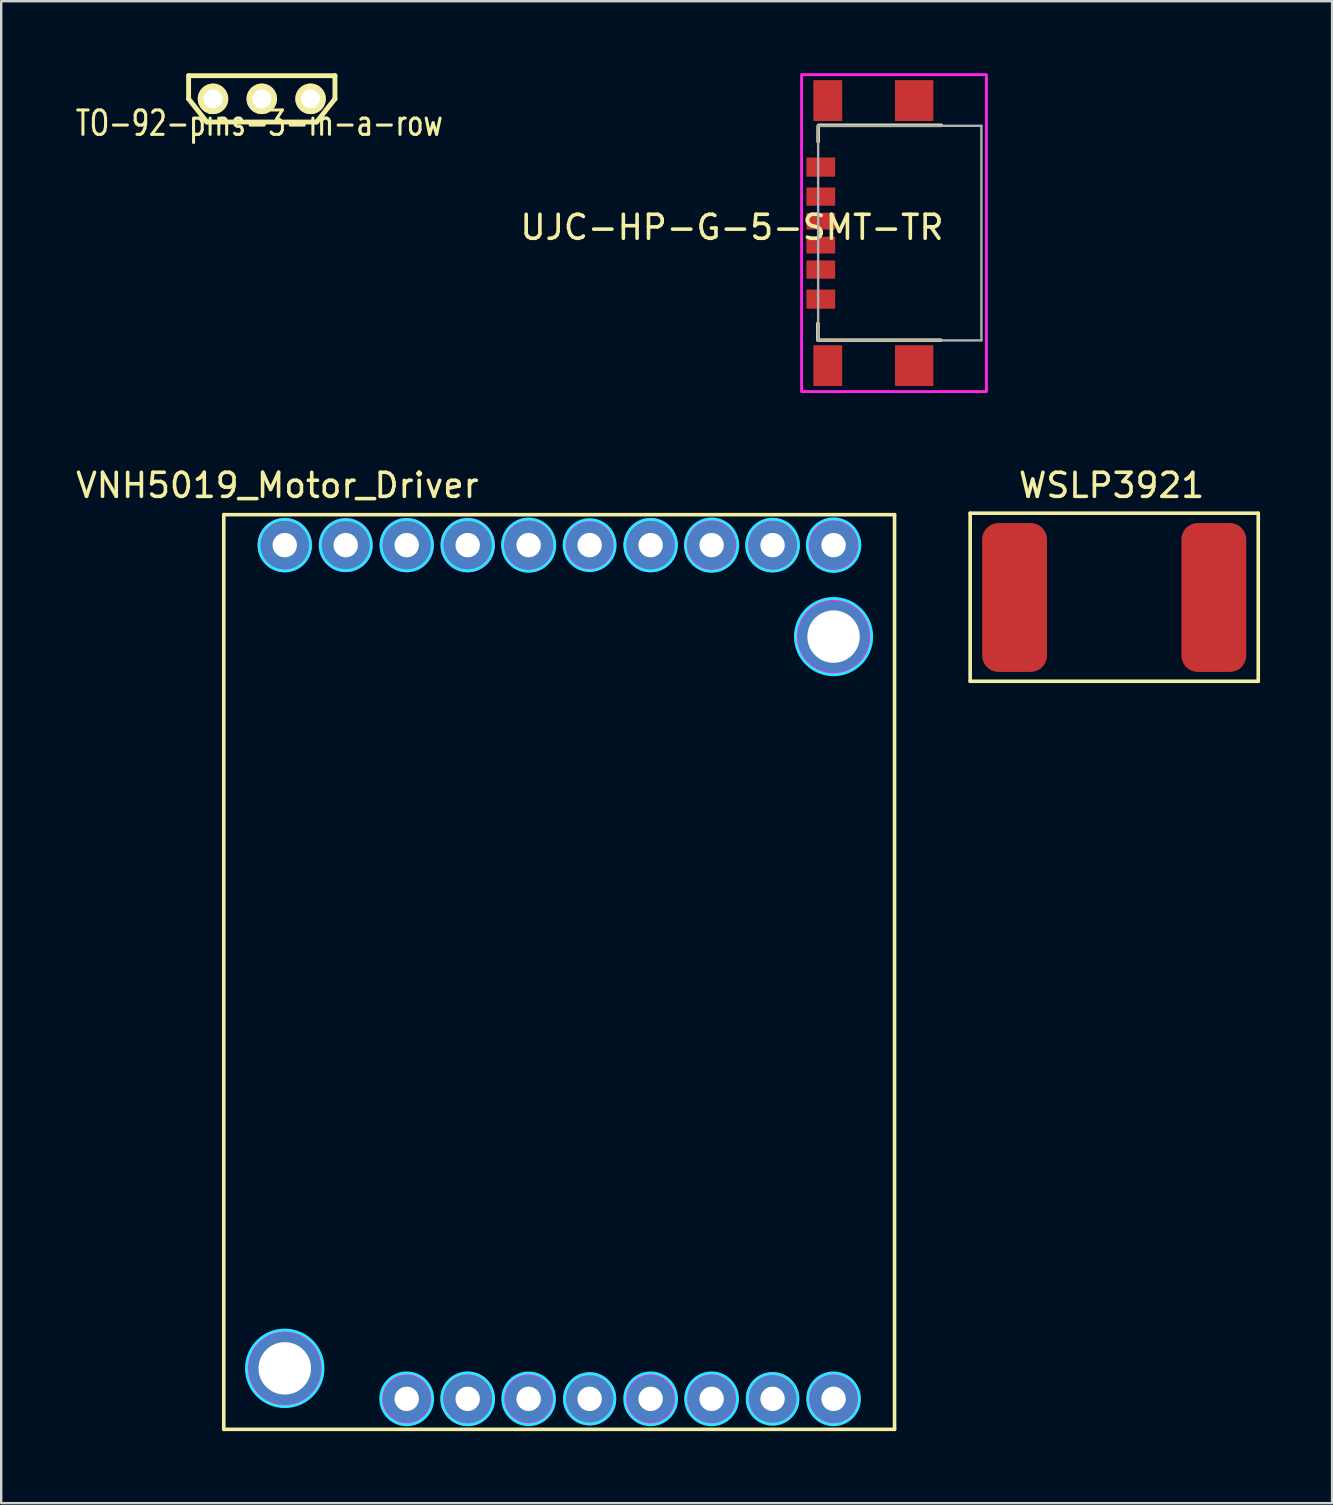
<source format=kicad_pcb>
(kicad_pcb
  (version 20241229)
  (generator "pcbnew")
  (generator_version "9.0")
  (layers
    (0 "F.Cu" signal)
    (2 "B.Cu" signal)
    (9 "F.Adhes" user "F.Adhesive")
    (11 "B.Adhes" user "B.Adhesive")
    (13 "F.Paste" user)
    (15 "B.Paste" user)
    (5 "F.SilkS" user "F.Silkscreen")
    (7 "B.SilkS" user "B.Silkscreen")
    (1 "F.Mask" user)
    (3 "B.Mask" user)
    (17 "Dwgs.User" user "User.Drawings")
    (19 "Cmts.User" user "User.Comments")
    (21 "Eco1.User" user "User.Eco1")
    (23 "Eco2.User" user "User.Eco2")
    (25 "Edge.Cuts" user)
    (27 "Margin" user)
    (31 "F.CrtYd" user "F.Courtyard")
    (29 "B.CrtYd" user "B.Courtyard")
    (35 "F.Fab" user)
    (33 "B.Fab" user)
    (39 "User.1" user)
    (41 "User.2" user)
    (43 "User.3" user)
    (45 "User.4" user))
  (footprint "UJC-HP-G-5-SMT-TR"
    (layer "F.Cu")
    (at 31.029 6.66)
    (property "Reference" "UJC-HP-G-5-SMT-TR" (at -3.59 -0.24 0) (unlocked yes) (layer "F.SilkS") (effects (font (size 1 1) (thickness 0.15))))
    (attr smd)
    (fp_rect (start -0.01 3.76) (end -0.01 4.46) (stroke (width 0.15) (type solid)) (fill no) (layer "F.SilkS"))
    (fp_rect (start 0 -3.81) (end 0 -4.46) (stroke (width 0.15) (type solid)) (fill no) (layer "F.SilkS"))
    (fp_rect (start 0.02 4.46) (end 5.11 4.46) (stroke (width 0.15) (type solid)) (fill no) (layer "F.SilkS"))
    (fp_rect (start 0.03 -4.49) (end 5.13 -4.49) (stroke (width 0.15) (type solid)) (fill no) (layer "F.SilkS"))
    (fp_rect (start -0.69 -6.6) (end 7.01 6.6) (stroke (width 0.12) (type solid)) (fill no) (layer "F.CrtYd"))
    (fp_line (start 0 -4.47) (end 0 4.47) (stroke (width 0.1) (type solid)) (layer "F.Fab"))
    (fp_line (start 0 4.47) (end 6.8 4.47) (stroke (width 0.1) (type solid)) (layer "F.Fab"))
    (fp_line (start 6.8 -4.47) (end 0 -4.47) (stroke (width 0.1) (type solid)) (layer "F.Fab"))
    (fp_line (start 6.8 -4.47) (end 6.8 4.47) (stroke (width 0.1) (type solid)) (layer "F.Fab"))
    (pad "A5" smd rect (at 0.11 0.5) (size 1.2 0.7) (layers "F.Cu" "F.Mask" "F.Paste"))
    (pad "A9" smd rect (at 0.11 -1.52) (size 1.2 0.76) (layers "F.Cu" "F.Mask" "F.Paste"))
    (pad "A12" smd rect (at 0.11 -2.75) (size 1.2 0.8) (layers "F.Cu" "F.Mask" "F.Paste"))
    (pad "B5" smd rect (at 0.11 -0.5) (size 1.2 0.7) (layers "F.Cu" "F.Mask" "F.Paste"))
    (pad "B9" smd rect (at 0.11 1.52) (size 1.2 0.76) (layers "F.Cu" "F.Mask" "F.Paste"))
    (pad "B12" smd rect (at 0.11 2.75) (size 1.2 0.8) (layers "F.Cu" "F.Mask" "F.Paste"))
    (pad "S1" smd rect (at 0.4 -5.52) (size 1.2 1.7) (layers "F.Cu" "F.Mask" "F.Paste"))
    (pad "S1" smd rect (at 0.4 5.52) (size 1.2 1.7) (layers "F.Cu" "F.Mask" "F.Paste"))
    (pad "S1" smd rect (at 4 -5.52) (size 1.6 1.7) (layers "F.Cu" "F.Mask" "F.Paste"))
    (pad "S1" smd rect (at 4 5.52) (size 1.6 1.7) (layers "F.Cu" "F.Mask" "F.Paste")))
  (footprint "WSLP3921"
    (layer "F.Cu")
    (at 43.361 21.838)
    (property "Reference" "WSLP3921" (at -0.11 -4.67 0) (unlocked yes) (layer "F.SilkS") (effects (font (size 1 1) (thickness 0.15))))
    (attr smd)
    (fp_line (start -6 -3.51) (end 6 -3.51) (stroke (width 0.15) (type default)) (layer "F.SilkS"))
    (fp_line (start -6 3.49) (end -6 -3.51) (stroke (width 0.15) (type default)) (layer "F.SilkS"))
    (fp_line (start 6 -3.51) (end 6 3.49) (stroke (width 0.15) (type default)) (layer "F.SilkS"))
    (fp_line (start 6 3.49) (end -6 3.49) (stroke (width 0.15) (type default)) (layer "F.SilkS"))
    (pad "1" smd roundrect (at -4.15 0) (size 2.7 6.2) (layers "F.Cu" "F.Mask" "F.Paste") (roundrect_rratio 0.25))
    (pad "2" smd roundrect (at 4.15 0) (size 2.7 6.2) (layers "F.Cu" "F.Mask" "F.Paste") (roundrect_rratio 0.25)))
  (footprint "TO-92-pins-3-in-a-row"
    (layer "F.Cu")
    (at 7.854 1.067)
    (property "Reference" "TO-92-pins-3-in-a-row" (at -0.102 1.016 0) (layer "F.SilkS") (effects (font (size 1.016 0.762) (thickness 0.127))))
    (attr through_hole)
    (fp_line (start -3.048 -0.965) (end -3.048 0) (stroke (width 0.203) (type solid)) (layer "F.SilkS"))
    (fp_line (start -3.048 -0.965) (end 3.048 -0.965) (stroke (width 0.203) (type solid)) (layer "F.SilkS"))
    (fp_line (start -3.048 0) (end -2.286 0.965) (stroke (width 0.203) (type solid)) (layer "F.SilkS"))
    (fp_line (start -2.286 0.965) (end 2.286 0.965) (stroke (width 0.203) (type solid)) (layer "F.SilkS"))
    (fp_line (start 2.286 0.965) (end 3.048 0) (stroke (width 0.203) (type solid)) (layer "F.SilkS"))
    (fp_line (start 3.048 0) (end 3.048 -0.965) (stroke (width 0.203) (type solid)) (layer "F.SilkS"))
    (pad "1" thru_hole circle (at -2.032 0) (size 1.27 1.27) (drill 0.787) (layers "*.Cu" "*.Mask" "F.SilkS"))
    (pad "2" thru_hole circle (at 0 0) (size 1.27 1.27) (drill 0.787) (layers "*.Cu" "*.Mask" "F.SilkS"))
    (pad "3" thru_hole circle (at 2.032 0) (size 1.27 1.27) (drill 0.787) (layers "*.Cu" "*.Mask" "F.SilkS")))
  (footprint "VNH5019_Motor_Driver"
    (layer "F.Cu")
    (at 20.241 37.437)
    (property "Reference" "VNH5019_Motor_Driver" (at -11.735 -20.269 0) (layer "F.SilkS") (effects (font (size 1 1) (thickness 0.15))))
    (attr through_hole)
    (fp_line (start -13.97 -19.05) (end 13.97 -19.05) (stroke (width 0.15) (type solid)) (layer "F.SilkS"))
    (fp_line (start -13.97 19.05) (end -13.97 -19.05) (stroke (width 0.15) (type solid)) (layer "F.SilkS"))
    (fp_line (start 13.97 -19.05) (end 13.97 19.05) (stroke (width 0.15) (type solid)) (layer "F.SilkS"))
    (fp_line (start 13.97 19.05) (end -13.97 19.05) (stroke (width 0.15) (type solid)) (layer "F.SilkS"))
    (fp_circle (center -11.43 -17.78) (end -11.328 -16.713) (stroke (width 0.12) (type solid)) (fill no) (layer "B.CrtYd"))
    (fp_circle (center -11.43 16.51) (end -12.04 17.983) (stroke (width 0.12) (type solid)) (fill no) (layer "B.CrtYd"))
    (fp_circle (center -8.89 -17.78) (end -8.585 -16.764) (stroke (width 0.12) (type solid)) (fill no) (layer "B.CrtYd"))
    (fp_circle (center -6.35 -17.78) (end -5.893 -16.815) (stroke (width 0.12) (type solid)) (fill no) (layer "B.CrtYd"))
    (fp_circle (center -6.35 17.78) (end -7.061 18.593) (stroke (width 0.12) (type solid)) (fill no) (layer "B.CrtYd"))
    (fp_circle (center -3.81 -17.78) (end -3.81 -16.713) (stroke (width 0.12) (type solid)) (fill no) (layer "B.CrtYd"))
    (fp_circle (center -3.81 17.78) (end -4.521 18.593) (stroke (width 0.12) (type solid)) (fill no) (layer "B.CrtYd"))
    (fp_circle (center -1.27 -17.78) (end -1.067 -16.713) (stroke (width 0.12) (type solid)) (fill no) (layer "B.CrtYd"))
    (fp_circle (center -1.27 17.78) (end -2.032 18.542) (stroke (width 0.12) (type solid)) (fill no) (layer "B.CrtYd"))
    (fp_circle (center 1.27 -17.78) (end 1.575 -16.764) (stroke (width 0.12) (type solid)) (fill no) (layer "B.CrtYd"))
    (fp_circle (center 1.27 17.78) (end 0.457 18.44) (stroke (width 0.12) (type solid)) (fill no) (layer "B.CrtYd"))
    (fp_circle (center 3.81 -17.78) (end 3.251 -16.866) (stroke (width 0.12) (type solid)) (fill no) (layer "B.CrtYd"))
    (fp_circle (center 3.81 17.78) (end 2.997 18.491) (stroke (width 0.12) (type solid)) (fill no) (layer "B.CrtYd"))
    (fp_circle (center 6.35 -17.78) (end 5.842 -16.815) (stroke (width 0.12) (type solid)) (fill no) (layer "B.CrtYd"))
    (fp_circle (center 6.35 17.78) (end 5.639 18.593) (stroke (width 0.12) (type solid)) (fill no) (layer "B.CrtYd"))
    (fp_circle (center 8.89 -17.78) (end 8.077 -17.069) (stroke (width 0.12) (type solid)) (fill no) (layer "B.CrtYd"))
    (fp_circle (center 8.89 17.78) (end 8.28 18.644) (stroke (width 0.12) (type solid)) (fill no) (layer "B.CrtYd"))
    (fp_circle (center 11.43 -17.78) (end 10.414 -17.374) (stroke (width 0.12) (type solid)) (fill no) (layer "B.CrtYd"))
    (fp_circle (center 11.43 -13.97) (end 9.855 -14.173) (stroke (width 0.12) (type solid)) (fill no) (layer "B.CrtYd"))
    (fp_circle (center 11.43 17.78) (end 10.668 18.542) (stroke (width 0.12) (type solid)) (fill no) (layer "B.CrtYd"))
    (fp_circle (center -11.43 -17.78) (end -11.328 -16.713) (stroke (width 0.12) (type solid)) (fill no) (layer "F.CrtYd"))
    (fp_circle (center -11.43 16.51) (end -11.786 18.034) (stroke (width 0.12) (type solid)) (fill no) (layer "F.CrtYd"))
    (fp_circle (center -8.89 -17.78) (end -8.89 -16.713) (stroke (width 0.12) (type solid)) (fill no) (layer "F.CrtYd"))
    (fp_circle (center -6.35 -17.78) (end -5.791 -16.866) (stroke (width 0.12) (type solid)) (fill no) (layer "F.CrtYd"))
    (fp_circle (center -6.35 17.78) (end -7.366 18.034) (stroke (width 0.12) (type solid)) (fill no) (layer "F.CrtYd"))
    (fp_circle (center -3.81 -17.78) (end -3.658 -16.713) (stroke (width 0.12) (type solid)) (fill no) (layer "F.CrtYd"))
    (fp_circle (center -3.81 17.78) (end -4.724 18.339) (stroke (width 0.12) (type solid)) (fill no) (layer "F.CrtYd"))
    (fp_circle (center -1.27 -17.78) (end -1.168 -16.713) (stroke (width 0.12) (type solid)) (fill no) (layer "F.CrtYd"))
    (fp_circle (center -1.27 17.78) (end -2.184 18.288) (stroke (width 0.12) (type solid)) (fill no) (layer "F.CrtYd"))
    (fp_circle (center 1.27 -17.78) (end 1.473 -16.764) (stroke (width 0.12) (type solid)) (fill no) (layer "F.CrtYd"))
    (fp_circle (center 1.27 17.78) (end 0.457 18.44) (stroke (width 0.12) (type solid)) (fill no) (layer "F.CrtYd"))
    (fp_circle (center 3.81 -17.78) (end 3.912 -16.713) (stroke (width 0.12) (type solid)) (fill no) (layer "F.CrtYd"))
    (fp_circle (center 3.81 17.78) (end 3.099 18.542) (stroke (width 0.12) (type solid)) (fill no) (layer "F.CrtYd"))
    (fp_circle (center 6.35 -17.78) (end 6.655 -16.764) (stroke (width 0.12) (type solid)) (fill no) (layer "F.CrtYd"))
    (fp_circle (center 6.35 17.78) (end 5.486 18.39) (stroke (width 0.12) (type solid)) (fill no) (layer "F.CrtYd"))
    (fp_circle (center 8.89 -17.78) (end 9.347 -16.815) (stroke (width 0.12) (type solid)) (fill no) (layer "F.CrtYd"))
    (fp_circle (center 8.89 17.78) (end 8.077 18.44) (stroke (width 0.12) (type solid)) (fill no) (layer "F.CrtYd"))
    (fp_circle (center 11.43 -17.78) (end 11.43 -16.713) (stroke (width 0.12) (type solid)) (fill no) (layer "F.CrtYd"))
    (fp_circle (center 11.43 -13.97) (end 12.243 -12.649) (stroke (width 0.12) (type solid)) (fill no) (layer "F.CrtYd"))
    (fp_circle (center 11.43 17.78) (end 10.566 18.39) (stroke (width 0.12) (type solid)) (fill no) (layer "F.CrtYd"))
    (pad "1" thru_hole circle (at 11.43 -17.78) (size 2.032 2.032) (drill 1.016) (layers "*.Cu" "*.Mask"))
    (pad "2" thru_hole circle (at 8.89 -17.78) (size 2.032 2.032) (drill 1.016) (layers "*.Cu" "*.Mask"))
    (pad "3" thru_hole circle (at 6.35 -17.78) (size 2.032 2.032) (drill 1.016) (layers "*.Cu" "*.Mask"))
    (pad "4" thru_hole circle (at 3.81 -17.78) (size 2.032 2.032) (drill 1.016) (layers "*.Cu" "*.Mask"))
    (pad "5" thru_hole circle (at 1.27 -17.78) (size 2.032 2.032) (drill 1.016) (layers "*.Cu" "*.Mask"))
    (pad "6" thru_hole circle (at -1.27 -17.78) (size 2.032 2.032) (drill 1.016) (layers "*.Cu" "*.Mask"))
    (pad "7" thru_hole circle (at -3.81 -17.78) (size 2.032 2.032) (drill 1.016) (layers "*.Cu" "*.Mask"))
    (pad "8" thru_hole circle (at -6.35 -17.78) (size 2.032 2.032) (drill 1.016) (layers "*.Cu" "*.Mask"))
    (pad "9" thru_hole circle (at -8.89 -17.78) (size 2.032 2.032) (drill 1.016) (layers "*.Cu" "*.Mask"))
    (pad "10" thru_hole circle (at -11.43 -17.78) (size 2.032 2.032) (drill 1.016) (layers "*.Cu" "*.Mask"))
    (pad "11" thru_hole circle (at 8.89 17.78) (size 2.032 2.032) (drill 1.016) (layers "*.Cu" "*.Mask"))
    (pad "11" thru_hole circle (at 11.43 17.78) (size 2.032 2.032) (drill 1.016) (layers "*.Cu" "*.Mask"))
    (pad "12" thru_hole circle (at 3.81 17.78) (size 2.032 2.032) (drill 1.016) (layers "*.Cu" "*.Mask"))
    (pad "12" thru_hole circle (at 6.35 17.78) (size 2.032 2.032) (drill 1.016) (layers "*.Cu" "*.Mask"))
    (pad "13" thru_hole circle (at -1.27 17.78) (size 2.032 2.032) (drill 1.016) (layers "*.Cu" "*.Mask"))
    (pad "13" thru_hole circle (at 1.27 17.78) (size 2.032 2.032) (drill 1.016) (layers "*.Cu" "*.Mask"))
    (pad "14" thru_hole circle (at -6.35 17.78) (size 2.032 2.032) (drill 1.016) (layers "*.Cu" "*.Mask"))
    (pad "14" thru_hole circle (at -3.81 17.78) (size 2.032 2.032) (drill 1.016) (layers "*.Cu" "*.Mask"))
    (pad "H1" thru_hole circle (at -11.43 16.51) (size 3.048 3.048) (drill 2.184) (layers "*.Cu" "*.Mask"))
    (pad "H2" thru_hole circle (at 11.43 -13.97) (size 3.048 3.048) (drill 2.184) (layers "*.Cu" "*.Mask")))
  (gr_rect
    (start -3 -3)
    (end 52.436 59.562)
    (stroke (width 0.1) (type default))
    (fill no)
    (layer "Edge.Cuts")))
</source>
